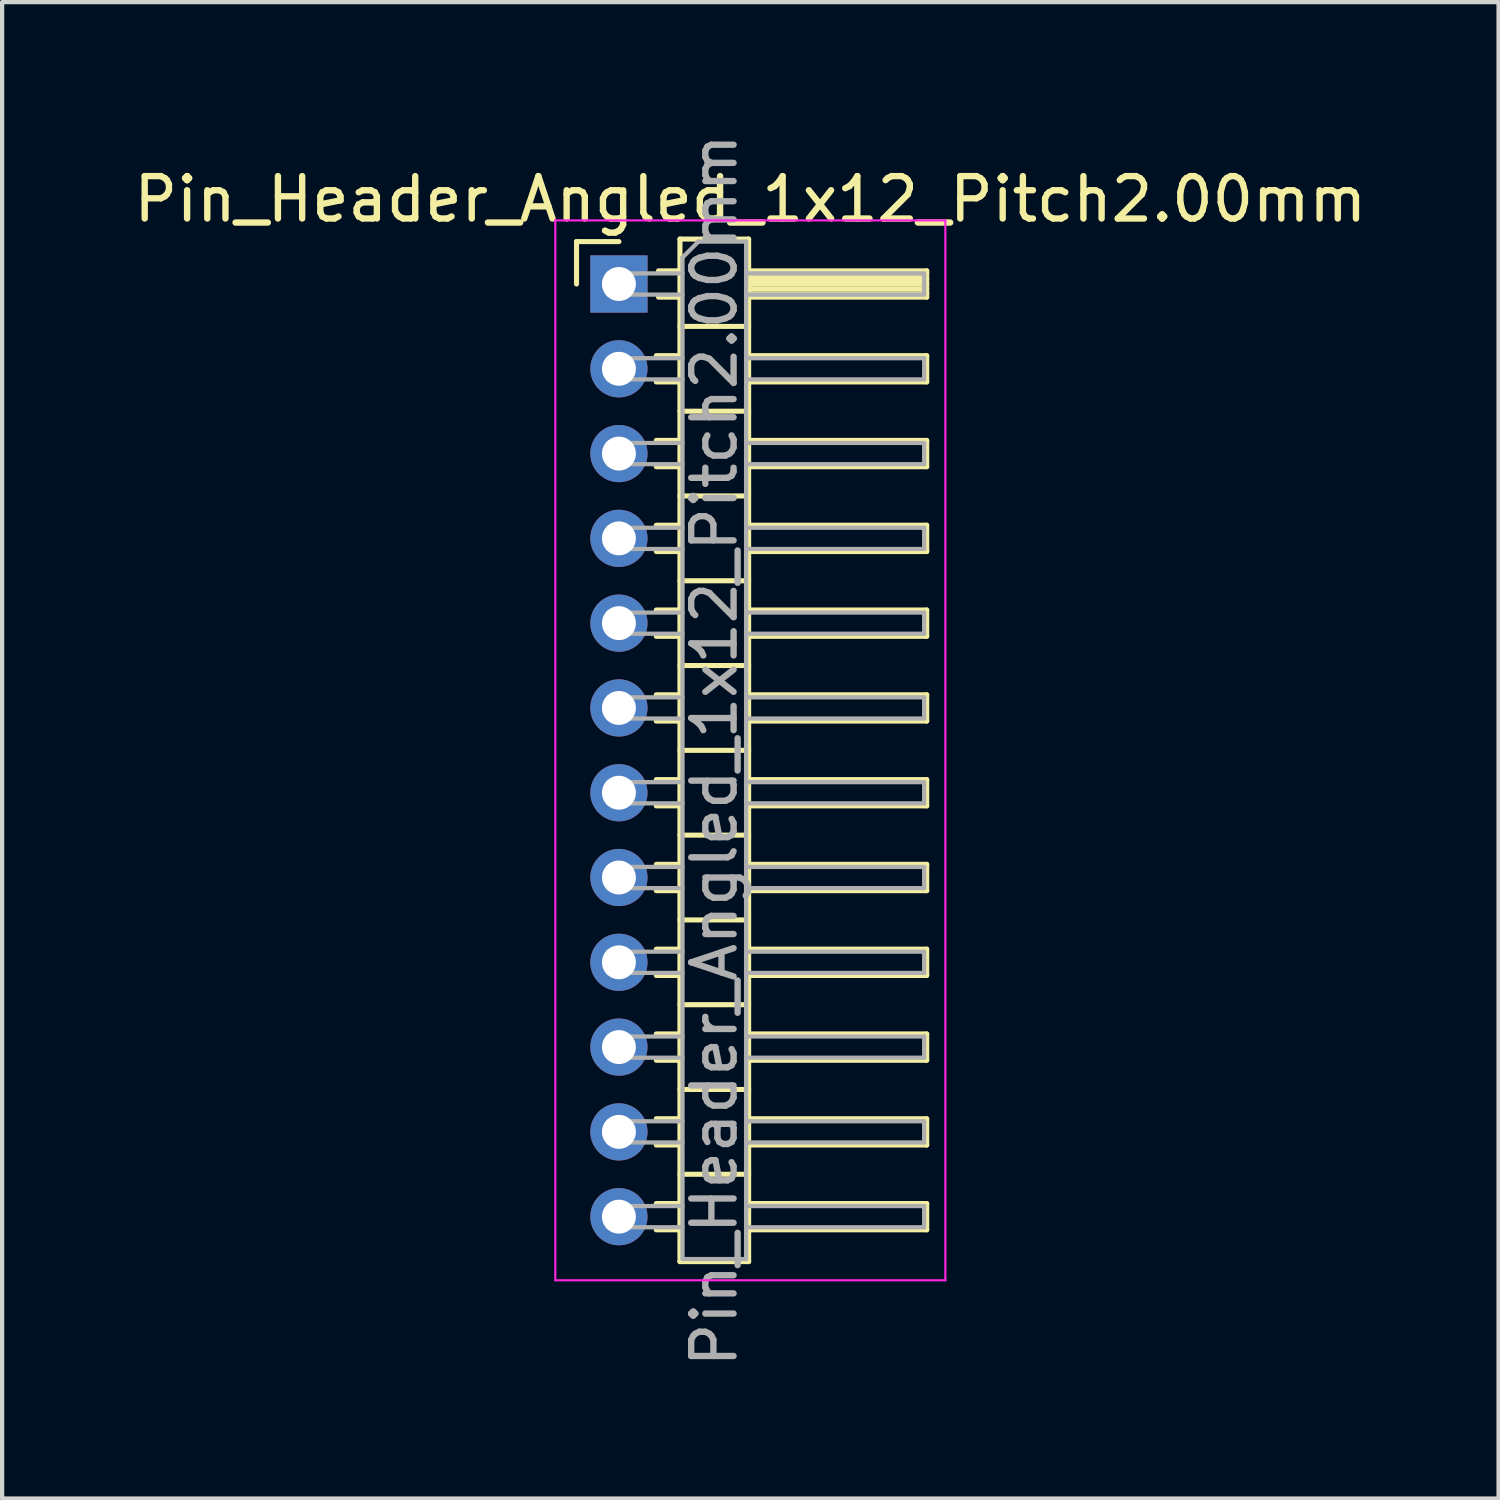
<source format=kicad_pcb>
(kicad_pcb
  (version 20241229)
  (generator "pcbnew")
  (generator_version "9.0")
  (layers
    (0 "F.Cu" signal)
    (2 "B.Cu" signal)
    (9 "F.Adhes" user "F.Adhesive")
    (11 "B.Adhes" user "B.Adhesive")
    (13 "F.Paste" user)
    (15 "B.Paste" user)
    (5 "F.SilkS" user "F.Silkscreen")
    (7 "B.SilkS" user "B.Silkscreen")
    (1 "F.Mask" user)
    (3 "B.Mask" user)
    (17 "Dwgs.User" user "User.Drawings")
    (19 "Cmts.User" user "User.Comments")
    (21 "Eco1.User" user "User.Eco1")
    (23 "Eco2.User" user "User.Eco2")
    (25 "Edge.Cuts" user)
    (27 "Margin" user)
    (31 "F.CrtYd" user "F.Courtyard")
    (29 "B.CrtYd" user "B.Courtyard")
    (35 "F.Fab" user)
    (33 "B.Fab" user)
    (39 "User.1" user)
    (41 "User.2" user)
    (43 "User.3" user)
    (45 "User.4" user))
  (footprint "Pin_Header_Angled_1x12_Pitch2.00mm"
    (layer "F.Cu")
    (at 11.549 3.649)
    (property "Reference" "Pin_Header_Angled_1x12_Pitch2.00mm" (at 3.1 -2 0) (layer "F.SilkS") (effects (font (size 1 1) (thickness 0.15))))
    (attr through_hole)
    (fp_line (start -1 -1) (end 0 -1) (stroke (width 0.12) (type solid)) (layer "F.SilkS"))
    (fp_line (start -1 0) (end -1 -1) (stroke (width 0.12) (type solid)) (layer "F.SilkS"))
    (fp_line (start 0.882 1.69) (end 1.44 1.69) (stroke (width 0.12) (type solid)) (layer "F.SilkS"))
    (fp_line (start 0.882 2.31) (end 1.44 2.31) (stroke (width 0.12) (type solid)) (layer "F.SilkS"))
    (fp_line (start 0.882 3.69) (end 1.44 3.69) (stroke (width 0.12) (type solid)) (layer "F.SilkS"))
    (fp_line (start 0.882 4.31) (end 1.44 4.31) (stroke (width 0.12) (type solid)) (layer "F.SilkS"))
    (fp_line (start 0.882 5.69) (end 1.44 5.69) (stroke (width 0.12) (type solid)) (layer "F.SilkS"))
    (fp_line (start 0.882 6.31) (end 1.44 6.31) (stroke (width 0.12) (type solid)) (layer "F.SilkS"))
    (fp_line (start 0.882 7.69) (end 1.44 7.69) (stroke (width 0.12) (type solid)) (layer "F.SilkS"))
    (fp_line (start 0.882 8.31) (end 1.44 8.31) (stroke (width 0.12) (type solid)) (layer "F.SilkS"))
    (fp_line (start 0.882 9.69) (end 1.44 9.69) (stroke (width 0.12) (type solid)) (layer "F.SilkS"))
    (fp_line (start 0.882 10.31) (end 1.44 10.31) (stroke (width 0.12) (type solid)) (layer "F.SilkS"))
    (fp_line (start 0.882 11.69) (end 1.44 11.69) (stroke (width 0.12) (type solid)) (layer "F.SilkS"))
    (fp_line (start 0.882 12.31) (end 1.44 12.31) (stroke (width 0.12) (type solid)) (layer "F.SilkS"))
    (fp_line (start 0.882 13.69) (end 1.44 13.69) (stroke (width 0.12) (type solid)) (layer "F.SilkS"))
    (fp_line (start 0.882 14.31) (end 1.44 14.31) (stroke (width 0.12) (type solid)) (layer "F.SilkS"))
    (fp_line (start 0.882 15.69) (end 1.44 15.69) (stroke (width 0.12) (type solid)) (layer "F.SilkS"))
    (fp_line (start 0.882 16.31) (end 1.44 16.31) (stroke (width 0.12) (type solid)) (layer "F.SilkS"))
    (fp_line (start 0.882 17.69) (end 1.44 17.69) (stroke (width 0.12) (type solid)) (layer "F.SilkS"))
    (fp_line (start 0.882 18.31) (end 1.44 18.31) (stroke (width 0.12) (type solid)) (layer "F.SilkS"))
    (fp_line (start 0.882 19.69) (end 1.44 19.69) (stroke (width 0.12) (type solid)) (layer "F.SilkS"))
    (fp_line (start 0.882 20.31) (end 1.44 20.31) (stroke (width 0.12) (type solid)) (layer "F.SilkS"))
    (fp_line (start 0.882 21.69) (end 1.44 21.69) (stroke (width 0.12) (type solid)) (layer "F.SilkS"))
    (fp_line (start 0.882 22.31) (end 1.44 22.31) (stroke (width 0.12) (type solid)) (layer "F.SilkS"))
    (fp_line (start 0.935 -0.31) (end 1.44 -0.31) (stroke (width 0.12) (type solid)) (layer "F.SilkS"))
    (fp_line (start 0.935 0.31) (end 1.44 0.31) (stroke (width 0.12) (type solid)) (layer "F.SilkS"))
    (fp_line (start 1.44 -1.06) (end 1.44 23.06) (stroke (width 0.12) (type solid)) (layer "F.SilkS"))
    (fp_line (start 1.44 1) (end 3.06 1) (stroke (width 0.12) (type solid)) (layer "F.SilkS"))
    (fp_line (start 1.44 3) (end 3.06 3) (stroke (width 0.12) (type solid)) (layer "F.SilkS"))
    (fp_line (start 1.44 5) (end 3.06 5) (stroke (width 0.12) (type solid)) (layer "F.SilkS"))
    (fp_line (start 1.44 7) (end 3.06 7) (stroke (width 0.12) (type solid)) (layer "F.SilkS"))
    (fp_line (start 1.44 9) (end 3.06 9) (stroke (width 0.12) (type solid)) (layer "F.SilkS"))
    (fp_line (start 1.44 11) (end 3.06 11) (stroke (width 0.12) (type solid)) (layer "F.SilkS"))
    (fp_line (start 1.44 13) (end 3.06 13) (stroke (width 0.12) (type solid)) (layer "F.SilkS"))
    (fp_line (start 1.44 15) (end 3.06 15) (stroke (width 0.12) (type solid)) (layer "F.SilkS"))
    (fp_line (start 1.44 17) (end 3.06 17) (stroke (width 0.12) (type solid)) (layer "F.SilkS"))
    (fp_line (start 1.44 19) (end 3.06 19) (stroke (width 0.12) (type solid)) (layer "F.SilkS"))
    (fp_line (start 1.44 21) (end 3.06 21) (stroke (width 0.12) (type solid)) (layer "F.SilkS"))
    (fp_line (start 1.44 23.06) (end 3.06 23.06) (stroke (width 0.12) (type solid)) (layer "F.SilkS"))
    (fp_line (start 3.06 -1.06) (end 1.44 -1.06) (stroke (width 0.12) (type solid)) (layer "F.SilkS"))
    (fp_line (start 3.06 -0.31) (end 7.26 -0.31) (stroke (width 0.12) (type solid)) (layer "F.SilkS"))
    (fp_line (start 3.06 -0.25) (end 7.26 -0.25) (stroke (width 0.12) (type solid)) (layer "F.SilkS"))
    (fp_line (start 3.06 -0.13) (end 7.26 -0.13) (stroke (width 0.12) (type solid)) (layer "F.SilkS"))
    (fp_line (start 3.06 -0.01) (end 7.26 -0.01) (stroke (width 0.12) (type solid)) (layer "F.SilkS"))
    (fp_line (start 3.06 0.11) (end 7.26 0.11) (stroke (width 0.12) (type solid)) (layer "F.SilkS"))
    (fp_line (start 3.06 0.23) (end 7.26 0.23) (stroke (width 0.12) (type solid)) (layer "F.SilkS"))
    (fp_line (start 3.06 1.69) (end 7.26 1.69) (stroke (width 0.12) (type solid)) (layer "F.SilkS"))
    (fp_line (start 3.06 3.69) (end 7.26 3.69) (stroke (width 0.12) (type solid)) (layer "F.SilkS"))
    (fp_line (start 3.06 5.69) (end 7.26 5.69) (stroke (width 0.12) (type solid)) (layer "F.SilkS"))
    (fp_line (start 3.06 7.69) (end 7.26 7.69) (stroke (width 0.12) (type solid)) (layer "F.SilkS"))
    (fp_line (start 3.06 9.69) (end 7.26 9.69) (stroke (width 0.12) (type solid)) (layer "F.SilkS"))
    (fp_line (start 3.06 11.69) (end 7.26 11.69) (stroke (width 0.12) (type solid)) (layer "F.SilkS"))
    (fp_line (start 3.06 13.69) (end 7.26 13.69) (stroke (width 0.12) (type solid)) (layer "F.SilkS"))
    (fp_line (start 3.06 15.69) (end 7.26 15.69) (stroke (width 0.12) (type solid)) (layer "F.SilkS"))
    (fp_line (start 3.06 17.69) (end 7.26 17.69) (stroke (width 0.12) (type solid)) (layer "F.SilkS"))
    (fp_line (start 3.06 19.69) (end 7.26 19.69) (stroke (width 0.12) (type solid)) (layer "F.SilkS"))
    (fp_line (start 3.06 21.69) (end 7.26 21.69) (stroke (width 0.12) (type solid)) (layer "F.SilkS"))
    (fp_line (start 3.06 23.06) (end 3.06 -1.06) (stroke (width 0.12) (type solid)) (layer "F.SilkS"))
    (fp_line (start 7.26 -0.31) (end 7.26 0.31) (stroke (width 0.12) (type solid)) (layer "F.SilkS"))
    (fp_line (start 7.26 0.31) (end 3.06 0.31) (stroke (width 0.12) (type solid)) (layer "F.SilkS"))
    (fp_line (start 7.26 1.69) (end 7.26 2.31) (stroke (width 0.12) (type solid)) (layer "F.SilkS"))
    (fp_line (start 7.26 2.31) (end 3.06 2.31) (stroke (width 0.12) (type solid)) (layer "F.SilkS"))
    (fp_line (start 7.26 3.69) (end 7.26 4.31) (stroke (width 0.12) (type solid)) (layer "F.SilkS"))
    (fp_line (start 7.26 4.31) (end 3.06 4.31) (stroke (width 0.12) (type solid)) (layer "F.SilkS"))
    (fp_line (start 7.26 5.69) (end 7.26 6.31) (stroke (width 0.12) (type solid)) (layer "F.SilkS"))
    (fp_line (start 7.26 6.31) (end 3.06 6.31) (stroke (width 0.12) (type solid)) (layer "F.SilkS"))
    (fp_line (start 7.26 7.69) (end 7.26 8.31) (stroke (width 0.12) (type solid)) (layer "F.SilkS"))
    (fp_line (start 7.26 8.31) (end 3.06 8.31) (stroke (width 0.12) (type solid)) (layer "F.SilkS"))
    (fp_line (start 7.26 9.69) (end 7.26 10.31) (stroke (width 0.12) (type solid)) (layer "F.SilkS"))
    (fp_line (start 7.26 10.31) (end 3.06 10.31) (stroke (width 0.12) (type solid)) (layer "F.SilkS"))
    (fp_line (start 7.26 11.69) (end 7.26 12.31) (stroke (width 0.12) (type solid)) (layer "F.SilkS"))
    (fp_line (start 7.26 12.31) (end 3.06 12.31) (stroke (width 0.12) (type solid)) (layer "F.SilkS"))
    (fp_line (start 7.26 13.69) (end 7.26 14.31) (stroke (width 0.12) (type solid)) (layer "F.SilkS"))
    (fp_line (start 7.26 14.31) (end 3.06 14.31) (stroke (width 0.12) (type solid)) (layer "F.SilkS"))
    (fp_line (start 7.26 15.69) (end 7.26 16.31) (stroke (width 0.12) (type solid)) (layer "F.SilkS"))
    (fp_line (start 7.26 16.31) (end 3.06 16.31) (stroke (width 0.12) (type solid)) (layer "F.SilkS"))
    (fp_line (start 7.26 17.69) (end 7.26 18.31) (stroke (width 0.12) (type solid)) (layer "F.SilkS"))
    (fp_line (start 7.26 18.31) (end 3.06 18.31) (stroke (width 0.12) (type solid)) (layer "F.SilkS"))
    (fp_line (start 7.26 19.69) (end 7.26 20.31) (stroke (width 0.12) (type solid)) (layer "F.SilkS"))
    (fp_line (start 7.26 20.31) (end 3.06 20.31) (stroke (width 0.12) (type solid)) (layer "F.SilkS"))
    (fp_line (start 7.26 21.69) (end 7.26 22.31) (stroke (width 0.12) (type solid)) (layer "F.SilkS"))
    (fp_line (start 7.26 22.31) (end 3.06 22.31) (stroke (width 0.12) (type solid)) (layer "F.SilkS"))
    (fp_line (start -1.5 -1.5) (end -1.5 23.5) (stroke (width 0.05) (type solid)) (layer "F.CrtYd"))
    (fp_line (start -1.5 23.5) (end 7.7 23.5) (stroke (width 0.05) (type solid)) (layer "F.CrtYd"))
    (fp_line (start 7.7 -1.5) (end -1.5 -1.5) (stroke (width 0.05) (type solid)) (layer "F.CrtYd"))
    (fp_line (start 7.7 23.5) (end 7.7 -1.5) (stroke (width 0.05) (type solid)) (layer "F.CrtYd"))
    (fp_line (start -0.25 -0.25) (end -0.25 0.25) (stroke (width 0.1) (type solid)) (layer "F.Fab"))
    (fp_line (start -0.25 -0.25) (end 1.5 -0.25) (stroke (width 0.1) (type solid)) (layer "F.Fab"))
    (fp_line (start -0.25 0.25) (end 1.5 0.25) (stroke (width 0.1) (type solid)) (layer "F.Fab"))
    (fp_line (start -0.25 1.75) (end -0.25 2.25) (stroke (width 0.1) (type solid)) (layer "F.Fab"))
    (fp_line (start -0.25 1.75) (end 1.5 1.75) (stroke (width 0.1) (type solid)) (layer "F.Fab"))
    (fp_line (start -0.25 2.25) (end 1.5 2.25) (stroke (width 0.1) (type solid)) (layer "F.Fab"))
    (fp_line (start -0.25 3.75) (end -0.25 4.25) (stroke (width 0.1) (type solid)) (layer "F.Fab"))
    (fp_line (start -0.25 3.75) (end 1.5 3.75) (stroke (width 0.1) (type solid)) (layer "F.Fab"))
    (fp_line (start -0.25 4.25) (end 1.5 4.25) (stroke (width 0.1) (type solid)) (layer "F.Fab"))
    (fp_line (start -0.25 5.75) (end -0.25 6.25) (stroke (width 0.1) (type solid)) (layer "F.Fab"))
    (fp_line (start -0.25 5.75) (end 1.5 5.75) (stroke (width 0.1) (type solid)) (layer "F.Fab"))
    (fp_line (start -0.25 6.25) (end 1.5 6.25) (stroke (width 0.1) (type solid)) (layer "F.Fab"))
    (fp_line (start -0.25 7.75) (end -0.25 8.25) (stroke (width 0.1) (type solid)) (layer "F.Fab"))
    (fp_line (start -0.25 7.75) (end 1.5 7.75) (stroke (width 0.1) (type solid)) (layer "F.Fab"))
    (fp_line (start -0.25 8.25) (end 1.5 8.25) (stroke (width 0.1) (type solid)) (layer "F.Fab"))
    (fp_line (start -0.25 9.75) (end -0.25 10.25) (stroke (width 0.1) (type solid)) (layer "F.Fab"))
    (fp_line (start -0.25 9.75) (end 1.5 9.75) (stroke (width 0.1) (type solid)) (layer "F.Fab"))
    (fp_line (start -0.25 10.25) (end 1.5 10.25) (stroke (width 0.1) (type solid)) (layer "F.Fab"))
    (fp_line (start -0.25 11.75) (end -0.25 12.25) (stroke (width 0.1) (type solid)) (layer "F.Fab"))
    (fp_line (start -0.25 11.75) (end 1.5 11.75) (stroke (width 0.1) (type solid)) (layer "F.Fab"))
    (fp_line (start -0.25 12.25) (end 1.5 12.25) (stroke (width 0.1) (type solid)) (layer "F.Fab"))
    (fp_line (start -0.25 13.75) (end -0.25 14.25) (stroke (width 0.1) (type solid)) (layer "F.Fab"))
    (fp_line (start -0.25 13.75) (end 1.5 13.75) (stroke (width 0.1) (type solid)) (layer "F.Fab"))
    (fp_line (start -0.25 14.25) (end 1.5 14.25) (stroke (width 0.1) (type solid)) (layer "F.Fab"))
    (fp_line (start -0.25 15.75) (end -0.25 16.25) (stroke (width 0.1) (type solid)) (layer "F.Fab"))
    (fp_line (start -0.25 15.75) (end 1.5 15.75) (stroke (width 0.1) (type solid)) (layer "F.Fab"))
    (fp_line (start -0.25 16.25) (end 1.5 16.25) (stroke (width 0.1) (type solid)) (layer "F.Fab"))
    (fp_line (start -0.25 17.75) (end -0.25 18.25) (stroke (width 0.1) (type solid)) (layer "F.Fab"))
    (fp_line (start -0.25 17.75) (end 1.5 17.75) (stroke (width 0.1) (type solid)) (layer "F.Fab"))
    (fp_line (start -0.25 18.25) (end 1.5 18.25) (stroke (width 0.1) (type solid)) (layer "F.Fab"))
    (fp_line (start -0.25 19.75) (end -0.25 20.25) (stroke (width 0.1) (type solid)) (layer "F.Fab"))
    (fp_line (start -0.25 19.75) (end 1.5 19.75) (stroke (width 0.1) (type solid)) (layer "F.Fab"))
    (fp_line (start -0.25 20.25) (end 1.5 20.25) (stroke (width 0.1) (type solid)) (layer "F.Fab"))
    (fp_line (start -0.25 21.75) (end -0.25 22.25) (stroke (width 0.1) (type solid)) (layer "F.Fab"))
    (fp_line (start -0.25 21.75) (end 1.5 21.75) (stroke (width 0.1) (type solid)) (layer "F.Fab"))
    (fp_line (start -0.25 22.25) (end 1.5 22.25) (stroke (width 0.1) (type solid)) (layer "F.Fab"))
    (fp_line (start 1.5 -0.625) (end 1.875 -1) (stroke (width 0.1) (type solid)) (layer "F.Fab"))
    (fp_line (start 1.5 23) (end 1.5 -0.625) (stroke (width 0.1) (type solid)) (layer "F.Fab"))
    (fp_line (start 1.875 -1) (end 3 -1) (stroke (width 0.1) (type solid)) (layer "F.Fab"))
    (fp_line (start 3 -1) (end 3 23) (stroke (width 0.1) (type solid)) (layer "F.Fab"))
    (fp_line (start 3 -0.25) (end 7.2 -0.25) (stroke (width 0.1) (type solid)) (layer "F.Fab"))
    (fp_line (start 3 0.25) (end 7.2 0.25) (stroke (width 0.1) (type solid)) (layer "F.Fab"))
    (fp_line (start 3 1.75) (end 7.2 1.75) (stroke (width 0.1) (type solid)) (layer "F.Fab"))
    (fp_line (start 3 2.25) (end 7.2 2.25) (stroke (width 0.1) (type solid)) (layer "F.Fab"))
    (fp_line (start 3 3.75) (end 7.2 3.75) (stroke (width 0.1) (type solid)) (layer "F.Fab"))
    (fp_line (start 3 4.25) (end 7.2 4.25) (stroke (width 0.1) (type solid)) (layer "F.Fab"))
    (fp_line (start 3 5.75) (end 7.2 5.75) (stroke (width 0.1) (type solid)) (layer "F.Fab"))
    (fp_line (start 3 6.25) (end 7.2 6.25) (stroke (width 0.1) (type solid)) (layer "F.Fab"))
    (fp_line (start 3 7.75) (end 7.2 7.75) (stroke (width 0.1) (type solid)) (layer "F.Fab"))
    (fp_line (start 3 8.25) (end 7.2 8.25) (stroke (width 0.1) (type solid)) (layer "F.Fab"))
    (fp_line (start 3 9.75) (end 7.2 9.75) (stroke (width 0.1) (type solid)) (layer "F.Fab"))
    (fp_line (start 3 10.25) (end 7.2 10.25) (stroke (width 0.1) (type solid)) (layer "F.Fab"))
    (fp_line (start 3 11.75) (end 7.2 11.75) (stroke (width 0.1) (type solid)) (layer "F.Fab"))
    (fp_line (start 3 12.25) (end 7.2 12.25) (stroke (width 0.1) (type solid)) (layer "F.Fab"))
    (fp_line (start 3 13.75) (end 7.2 13.75) (stroke (width 0.1) (type solid)) (layer "F.Fab"))
    (fp_line (start 3 14.25) (end 7.2 14.25) (stroke (width 0.1) (type solid)) (layer "F.Fab"))
    (fp_line (start 3 15.75) (end 7.2 15.75) (stroke (width 0.1) (type solid)) (layer "F.Fab"))
    (fp_line (start 3 16.25) (end 7.2 16.25) (stroke (width 0.1) (type solid)) (layer "F.Fab"))
    (fp_line (start 3 17.75) (end 7.2 17.75) (stroke (width 0.1) (type solid)) (layer "F.Fab"))
    (fp_line (start 3 18.25) (end 7.2 18.25) (stroke (width 0.1) (type solid)) (layer "F.Fab"))
    (fp_line (start 3 19.75) (end 7.2 19.75) (stroke (width 0.1) (type solid)) (layer "F.Fab"))
    (fp_line (start 3 20.25) (end 7.2 20.25) (stroke (width 0.1) (type solid)) (layer "F.Fab"))
    (fp_line (start 3 21.75) (end 7.2 21.75) (stroke (width 0.1) (type solid)) (layer "F.Fab"))
    (fp_line (start 3 22.25) (end 7.2 22.25) (stroke (width 0.1) (type solid)) (layer "F.Fab"))
    (fp_line (start 3 23) (end 1.5 23) (stroke (width 0.1) (type solid)) (layer "F.Fab"))
    (fp_line (start 7.2 -0.25) (end 7.2 0.25) (stroke (width 0.1) (type solid)) (layer "F.Fab"))
    (fp_line (start 7.2 1.75) (end 7.2 2.25) (stroke (width 0.1) (type solid)) (layer "F.Fab"))
    (fp_line (start 7.2 3.75) (end 7.2 4.25) (stroke (width 0.1) (type solid)) (layer "F.Fab"))
    (fp_line (start 7.2 5.75) (end 7.2 6.25) (stroke (width 0.1) (type solid)) (layer "F.Fab"))
    (fp_line (start 7.2 7.75) (end 7.2 8.25) (stroke (width 0.1) (type solid)) (layer "F.Fab"))
    (fp_line (start 7.2 9.75) (end 7.2 10.25) (stroke (width 0.1) (type solid)) (layer "F.Fab"))
    (fp_line (start 7.2 11.75) (end 7.2 12.25) (stroke (width 0.1) (type solid)) (layer "F.Fab"))
    (fp_line (start 7.2 13.75) (end 7.2 14.25) (stroke (width 0.1) (type solid)) (layer "F.Fab"))
    (fp_line (start 7.2 15.75) (end 7.2 16.25) (stroke (width 0.1) (type solid)) (layer "F.Fab"))
    (fp_line (start 7.2 17.75) (end 7.2 18.25) (stroke (width 0.1) (type solid)) (layer "F.Fab"))
    (fp_line (start 7.2 19.75) (end 7.2 20.25) (stroke (width 0.1) (type solid)) (layer "F.Fab"))
    (fp_line (start 7.2 21.75) (end 7.2 22.25) (stroke (width 0.1) (type solid)) (layer "F.Fab"))
    (fp_text user "${REFERENCE}" (at 2.25 11 90) (layer "F.Fab") (effects (font (size 1 1) (thickness 0.15))))
    (pad "1" thru_hole rect (at 0 0) (size 1.35 1.35) (drill 0.8) (layers "*.Cu" "*.Mask"))
    (pad "2" thru_hole oval (at 0 2) (size 1.35 1.35) (drill 0.8) (layers "*.Cu" "*.Mask"))
    (pad "3" thru_hole oval (at 0 4) (size 1.35 1.35) (drill 0.8) (layers "*.Cu" "*.Mask"))
    (pad "4" thru_hole oval (at 0 6) (size 1.35 1.35) (drill 0.8) (layers "*.Cu" "*.Mask"))
    (pad "5" thru_hole oval (at 0 8) (size 1.35 1.35) (drill 0.8) (layers "*.Cu" "*.Mask"))
    (pad "6" thru_hole oval (at 0 10) (size 1.35 1.35) (drill 0.8) (layers "*.Cu" "*.Mask"))
    (pad "7" thru_hole oval (at 0 12) (size 1.35 1.35) (drill 0.8) (layers "*.Cu" "*.Mask"))
    (pad "8" thru_hole oval (at 0 14) (size 1.35 1.35) (drill 0.8) (layers "*.Cu" "*.Mask"))
    (pad "9" thru_hole oval (at 0 16) (size 1.35 1.35) (drill 0.8) (layers "*.Cu" "*.Mask"))
    (pad "10" thru_hole oval (at 0 18) (size 1.35 1.35) (drill 0.8) (layers "*.Cu" "*.Mask"))
    (pad "11" thru_hole oval (at 0 20) (size 1.35 1.35) (drill 0.8) (layers "*.Cu" "*.Mask"))
    (pad "12" thru_hole oval (at 0 22) (size 1.35 1.35) (drill 0.8) (layers "*.Cu" "*.Mask")))
  (gr_rect
    (start -3 -3)
    (end 32.298 32.298)
    (stroke (width 0.1) (type default))
    (fill no)
    (layer "Edge.Cuts")))
</source>
